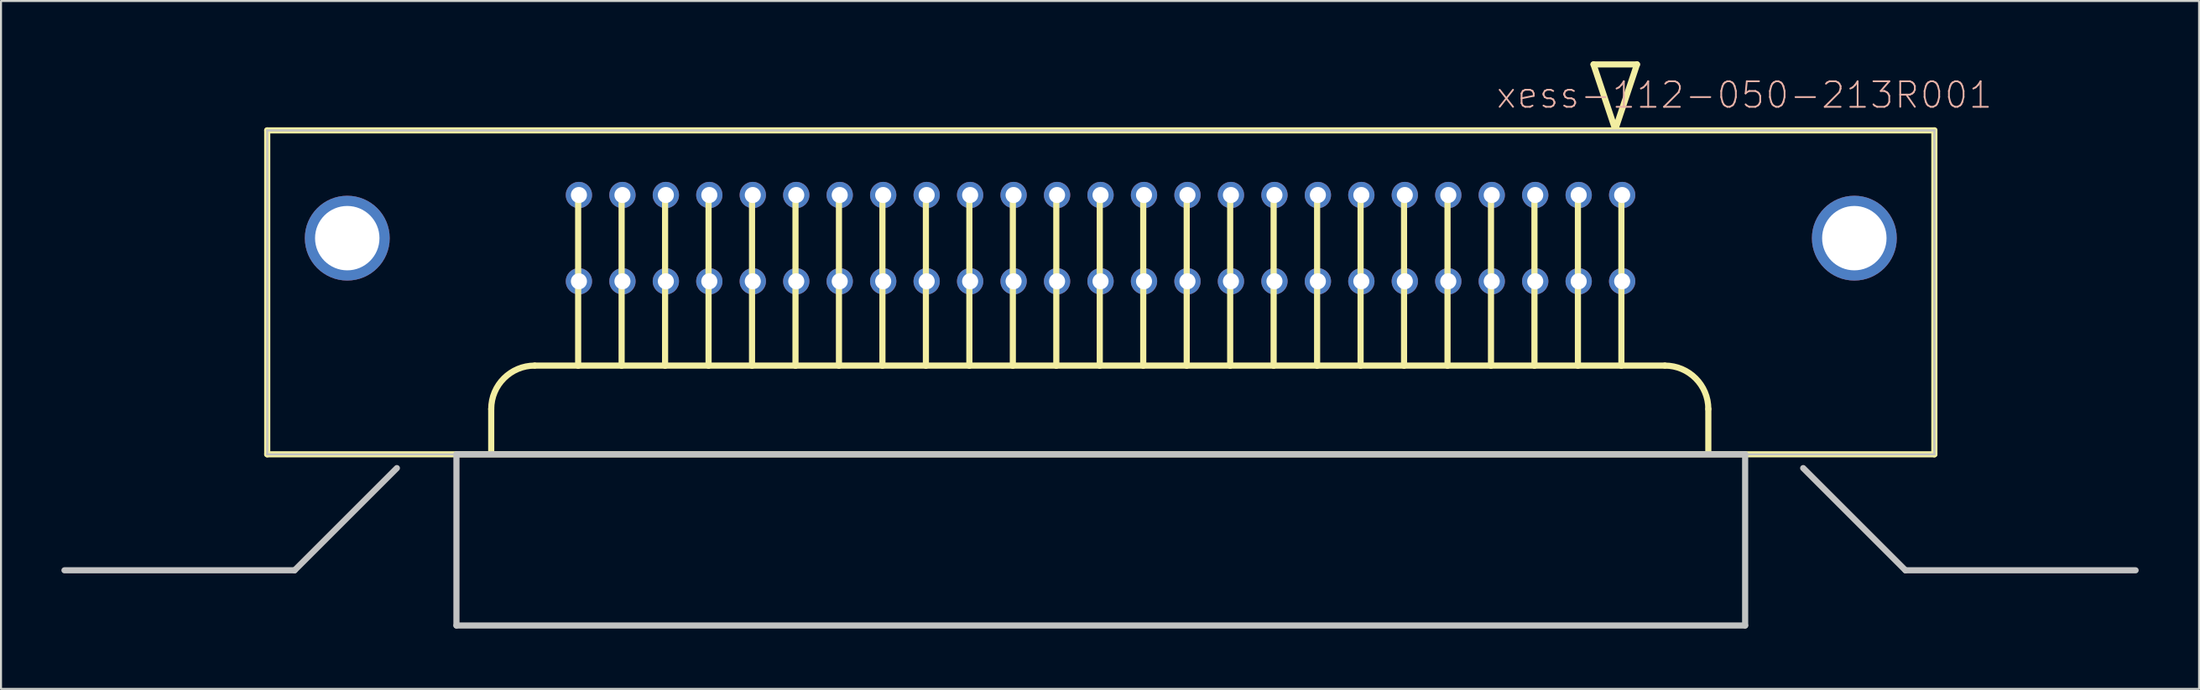
<source format=kicad_pcb>
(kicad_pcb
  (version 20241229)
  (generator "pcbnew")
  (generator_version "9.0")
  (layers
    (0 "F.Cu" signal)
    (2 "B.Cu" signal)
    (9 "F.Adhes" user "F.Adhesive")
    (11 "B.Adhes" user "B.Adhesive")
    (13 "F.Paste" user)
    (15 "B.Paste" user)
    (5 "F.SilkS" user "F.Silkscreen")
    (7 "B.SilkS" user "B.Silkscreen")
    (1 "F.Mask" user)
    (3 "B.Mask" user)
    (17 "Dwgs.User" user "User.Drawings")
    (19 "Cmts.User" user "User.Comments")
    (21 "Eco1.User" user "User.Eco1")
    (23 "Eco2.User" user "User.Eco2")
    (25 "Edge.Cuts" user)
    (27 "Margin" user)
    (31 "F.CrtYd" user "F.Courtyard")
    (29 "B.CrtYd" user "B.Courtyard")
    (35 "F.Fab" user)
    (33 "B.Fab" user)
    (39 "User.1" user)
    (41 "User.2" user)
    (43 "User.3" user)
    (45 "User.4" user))
  (footprint "xess-112-050-213R001"
    (layer "F.Cu")
    (at 89.052 8.788)
    (property "Reference" "xess-112-050-213R001" (at -5.461 -7.112 0) (layer "B.SilkS") (effects (font (size 1.27 1.27) (thickness 0.089))))
    (attr exclude_from_pos_files exclude_from_bom)
    (fp_line (start -78.829 -5.357) (end -78.829 10.744) (stroke (width 0.305) (type solid)) (layer "F.SilkS"))
    (fp_line (start -78.829 10.744) (end 3.975 10.744) (stroke (width 0.305) (type solid)) (layer "F.SilkS"))
    (fp_line (start -67.704 10.653) (end -67.704 8.494) (stroke (width 0.305) (type solid)) (layer "F.SilkS"))
    (fp_line (start -65.545 6.335) (end -63.386 6.335) (stroke (width 0.305) (type solid)) (layer "F.SilkS"))
    (fp_line (start -63.386 6.335) (end -63.386 -2.299) (stroke (width 0.305) (type solid)) (layer "F.SilkS"))
    (fp_line (start -63.386 6.335) (end -61.227 6.335) (stroke (width 0.305) (type solid)) (layer "F.SilkS"))
    (fp_line (start -61.227 6.335) (end -61.227 -2.299) (stroke (width 0.305) (type solid)) (layer "F.SilkS"))
    (fp_line (start -61.227 6.335) (end -59.068 6.335) (stroke (width 0.305) (type solid)) (layer "F.SilkS"))
    (fp_line (start -59.068 6.335) (end -59.068 -2.299) (stroke (width 0.305) (type solid)) (layer "F.SilkS"))
    (fp_line (start -59.068 6.335) (end -56.909 6.335) (stroke (width 0.305) (type solid)) (layer "F.SilkS"))
    (fp_line (start -56.909 6.335) (end -56.909 -2.299) (stroke (width 0.305) (type solid)) (layer "F.SilkS"))
    (fp_line (start -56.909 6.335) (end -54.75 6.335) (stroke (width 0.305) (type solid)) (layer "F.SilkS"))
    (fp_line (start -54.75 6.335) (end -54.75 -2.299) (stroke (width 0.305) (type solid)) (layer "F.SilkS"))
    (fp_line (start -54.75 6.335) (end -52.591 6.335) (stroke (width 0.305) (type solid)) (layer "F.SilkS"))
    (fp_line (start -52.591 6.335) (end -52.591 -2.299) (stroke (width 0.305) (type solid)) (layer "F.SilkS"))
    (fp_line (start -52.591 6.335) (end -50.432 6.335) (stroke (width 0.305) (type solid)) (layer "F.SilkS"))
    (fp_line (start -50.432 6.335) (end -50.432 -2.299) (stroke (width 0.305) (type solid)) (layer "F.SilkS"))
    (fp_line (start -50.432 6.335) (end -48.273 6.335) (stroke (width 0.305) (type solid)) (layer "F.SilkS"))
    (fp_line (start -48.273 6.335) (end -48.273 -2.299) (stroke (width 0.305) (type solid)) (layer "F.SilkS"))
    (fp_line (start -48.273 6.335) (end -46.114 6.335) (stroke (width 0.305) (type solid)) (layer "F.SilkS"))
    (fp_line (start -46.114 6.335) (end -46.114 -2.299) (stroke (width 0.305) (type solid)) (layer "F.SilkS"))
    (fp_line (start -46.114 6.335) (end -43.955 6.335) (stroke (width 0.305) (type solid)) (layer "F.SilkS"))
    (fp_line (start -43.955 6.335) (end -43.955 -2.299) (stroke (width 0.305) (type solid)) (layer "F.SilkS"))
    (fp_line (start -43.955 6.335) (end -41.796 6.335) (stroke (width 0.305) (type solid)) (layer "F.SilkS"))
    (fp_line (start -41.796 6.335) (end -41.796 -2.299) (stroke (width 0.305) (type solid)) (layer "F.SilkS"))
    (fp_line (start -41.796 6.335) (end -39.637 6.335) (stroke (width 0.305) (type solid)) (layer "F.SilkS"))
    (fp_line (start -39.637 6.335) (end -39.637 -2.299) (stroke (width 0.305) (type solid)) (layer "F.SilkS"))
    (fp_line (start -39.637 6.335) (end -37.478 6.335) (stroke (width 0.305) (type solid)) (layer "F.SilkS"))
    (fp_line (start -37.478 6.335) (end -37.478 -2.299) (stroke (width 0.305) (type solid)) (layer "F.SilkS"))
    (fp_line (start -37.478 6.335) (end -35.319 6.335) (stroke (width 0.305) (type solid)) (layer "F.SilkS"))
    (fp_line (start -35.319 6.335) (end -35.319 -2.299) (stroke (width 0.305) (type solid)) (layer "F.SilkS"))
    (fp_line (start -35.319 6.335) (end -33.16 6.335) (stroke (width 0.305) (type solid)) (layer "F.SilkS"))
    (fp_line (start -33.16 6.335) (end -33.16 -2.299) (stroke (width 0.305) (type solid)) (layer "F.SilkS"))
    (fp_line (start -33.16 6.335) (end -31.001 6.335) (stroke (width 0.305) (type solid)) (layer "F.SilkS"))
    (fp_line (start -31.001 6.335) (end -31.001 -2.299) (stroke (width 0.305) (type solid)) (layer "F.SilkS"))
    (fp_line (start -31.001 6.335) (end -28.842 6.335) (stroke (width 0.305) (type solid)) (layer "F.SilkS"))
    (fp_line (start -28.842 6.335) (end -28.842 -2.299) (stroke (width 0.305) (type solid)) (layer "F.SilkS"))
    (fp_line (start -28.842 6.335) (end -26.683 6.335) (stroke (width 0.305) (type solid)) (layer "F.SilkS"))
    (fp_line (start -26.683 6.335) (end -26.683 -2.299) (stroke (width 0.305) (type solid)) (layer "F.SilkS"))
    (fp_line (start -26.683 6.335) (end -24.524 6.335) (stroke (width 0.305) (type solid)) (layer "F.SilkS"))
    (fp_line (start -24.524 6.335) (end -24.524 -2.299) (stroke (width 0.305) (type solid)) (layer "F.SilkS"))
    (fp_line (start -24.524 6.335) (end -22.365 6.335) (stroke (width 0.305) (type solid)) (layer "F.SilkS"))
    (fp_line (start -22.365 6.335) (end -22.365 -2.299) (stroke (width 0.305) (type solid)) (layer "F.SilkS"))
    (fp_line (start -22.365 6.335) (end -20.206 6.335) (stroke (width 0.305) (type solid)) (layer "F.SilkS"))
    (fp_line (start -20.206 6.335) (end -20.206 -2.299) (stroke (width 0.305) (type solid)) (layer "F.SilkS"))
    (fp_line (start -20.206 6.335) (end -18.047 6.335) (stroke (width 0.305) (type solid)) (layer "F.SilkS"))
    (fp_line (start -18.047 6.335) (end -18.047 -2.299) (stroke (width 0.305) (type solid)) (layer "F.SilkS"))
    (fp_line (start -18.047 6.335) (end -15.888 6.335) (stroke (width 0.305) (type solid)) (layer "F.SilkS"))
    (fp_line (start -15.888 6.335) (end -15.888 -2.299) (stroke (width 0.305) (type solid)) (layer "F.SilkS"))
    (fp_line (start -15.888 6.335) (end -13.729 6.335) (stroke (width 0.305) (type solid)) (layer "F.SilkS"))
    (fp_line (start -13.729 6.335) (end -13.729 -2.299) (stroke (width 0.305) (type solid)) (layer "F.SilkS"))
    (fp_line (start -13.729 6.335) (end -11.57 6.335) (stroke (width 0.305) (type solid)) (layer "F.SilkS"))
    (fp_line (start -12.954 -8.636) (end -11.874 -5.397) (stroke (width 0.305) (type solid)) (layer "F.SilkS"))
    (fp_line (start -11.874 -5.397) (end -10.795 -8.636) (stroke (width 0.305) (type solid)) (layer "F.SilkS"))
    (fp_line (start -11.57 6.335) (end -11.57 -2.299) (stroke (width 0.305) (type solid)) (layer "F.SilkS"))
    (fp_line (start -11.57 6.335) (end -9.411 6.335) (stroke (width 0.305) (type solid)) (layer "F.SilkS"))
    (fp_line (start -10.795 -8.636) (end -12.954 -8.636) (stroke (width 0.305) (type solid)) (layer "F.SilkS"))
    (fp_line (start -7.252 8.494) (end -7.252 10.653) (stroke (width 0.305) (type solid)) (layer "F.SilkS"))
    (fp_line (start 3.975 -5.357) (end -78.829 -5.357) (stroke (width 0.305) (type solid)) (layer "F.SilkS"))
    (fp_line (start 3.975 10.744) (end 3.975 -5.357) (stroke (width 0.305) (type solid)) (layer "F.SilkS"))
    (fp_arc (start -67.7037 8.49376) (mid -67.071344 6.967116) (end -65.5447 6.33476) (stroke (width 0.3048) (type solid)) (layer "F.SilkS"))
    (fp_arc (start -9.4107 6.33476) (mid -7.884056 6.967116) (end -7.2517 8.49376) (stroke (width 0.3048) (type solid)) (layer "F.SilkS"))
    (fp_line (start -78.829 -5.357) (end -78.829 10.744) (stroke (width 0.1) (type solid)) (layer "Dwgs.User"))
    (fp_line (start -78.829 10.744) (end 3.975 10.744) (stroke (width 0.1) (type solid)) (layer "Dwgs.User"))
    (fp_line (start -77.47 16.51) (end -88.9 16.51) (stroke (width 0.305) (type solid)) (layer "Dwgs.User"))
    (fp_line (start -72.39 11.43) (end -77.47 16.51) (stroke (width 0.305) (type solid)) (layer "Dwgs.User"))
    (fp_line (start -69.431 10.744) (end -69.431 19.253) (stroke (width 0.305) (type solid)) (layer "Dwgs.User"))
    (fp_line (start -69.431 19.253) (end -5.423 19.253) (stroke (width 0.305) (type solid)) (layer "Dwgs.User"))
    (fp_line (start -5.423 10.744) (end -69.431 10.744) (stroke (width 0.305) (type solid)) (layer "Dwgs.User"))
    (fp_line (start -5.423 19.253) (end -5.423 10.744) (stroke (width 0.305) (type solid)) (layer "Dwgs.User"))
    (fp_line (start -2.54 11.43) (end 2.54 16.51) (stroke (width 0.305) (type solid)) (layer "Dwgs.User"))
    (fp_line (start 2.54 16.51) (end 13.97 16.51) (stroke (width 0.305) (type solid)) (layer "Dwgs.User"))
    (fp_line (start 3.975 -5.357) (end -78.829 -5.357) (stroke (width 0.1) (type solid)) (layer "Dwgs.User"))
    (fp_line (start 3.975 10.744) (end 3.975 -5.357) (stroke (width 0.1) (type solid)) (layer "Dwgs.User"))
    (pad "1" thru_hole circle (at -11.532 -2.144) (size 1.306 1.306) (drill 0.798) (layers "*.Cu" "*.Mask"))
    (pad "2" thru_hole circle (at -13.691 -2.144) (size 1.306 1.306) (drill 0.798) (layers "*.Cu" "*.Mask"))
    (pad "3" thru_hole circle (at -15.85 -2.144) (size 1.306 1.306) (drill 0.798) (layers "*.Cu" "*.Mask"))
    (pad "4" thru_hole circle (at -18.009 -2.144) (size 1.306 1.306) (drill 0.798) (layers "*.Cu" "*.Mask"))
    (pad "5" thru_hole circle (at -20.168 -2.144) (size 1.306 1.306) (drill 0.798) (layers "*.Cu" "*.Mask"))
    (pad "6" thru_hole circle (at -22.327 -2.144) (size 1.306 1.306) (drill 0.798) (layers "*.Cu" "*.Mask"))
    (pad "7" thru_hole circle (at -24.486 -2.144) (size 1.306 1.306) (drill 0.798) (layers "*.Cu" "*.Mask"))
    (pad "8" thru_hole circle (at -26.645 -2.144) (size 1.306 1.306) (drill 0.798) (layers "*.Cu" "*.Mask"))
    (pad "9" thru_hole circle (at -28.801 -2.144) (size 1.306 1.306) (drill 0.798) (layers "*.Cu" "*.Mask"))
    (pad "10" thru_hole circle (at -30.963 -2.144) (size 1.306 1.306) (drill 0.798) (layers "*.Cu" "*.Mask"))
    (pad "11" thru_hole circle (at -33.122 -2.144) (size 1.306 1.306) (drill 0.798) (layers "*.Cu" "*.Mask"))
    (pad "12" thru_hole circle (at -35.281 -2.144) (size 1.306 1.306) (drill 0.798) (layers "*.Cu" "*.Mask"))
    (pad "13" thru_hole circle (at -37.44 -2.144) (size 1.306 1.306) (drill 0.798) (layers "*.Cu" "*.Mask"))
    (pad "14" thru_hole circle (at -39.599 -2.144) (size 1.306 1.306) (drill 0.798) (layers "*.Cu" "*.Mask"))
    (pad "15" thru_hole circle (at -41.758 -2.144) (size 1.306 1.306) (drill 0.798) (layers "*.Cu" "*.Mask"))
    (pad "16" thru_hole circle (at -43.917 -2.144) (size 1.306 1.306) (drill 0.798) (layers "*.Cu" "*.Mask"))
    (pad "17" thru_hole circle (at -46.076 -2.144) (size 1.306 1.306) (drill 0.798) (layers "*.Cu" "*.Mask"))
    (pad "18" thru_hole circle (at -48.235 -2.144) (size 1.306 1.306) (drill 0.798) (layers "*.Cu" "*.Mask"))
    (pad "19" thru_hole circle (at -50.394 -2.144) (size 1.306 1.306) (drill 0.798) (layers "*.Cu" "*.Mask"))
    (pad "20" thru_hole circle (at -52.553 -2.144) (size 1.306 1.306) (drill 0.798) (layers "*.Cu" "*.Mask"))
    (pad "21" thru_hole circle (at -54.712 -2.144) (size 1.306 1.306) (drill 0.798) (layers "*.Cu" "*.Mask"))
    (pad "22" thru_hole circle (at -56.871 -2.144) (size 1.306 1.306) (drill 0.798) (layers "*.Cu" "*.Mask"))
    (pad "23" thru_hole circle (at -59.03 -2.144) (size 1.306 1.306) (drill 0.798) (layers "*.Cu" "*.Mask"))
    (pad "24" thru_hole circle (at -61.186 -2.144) (size 1.306 1.306) (drill 0.798) (layers "*.Cu" "*.Mask"))
    (pad "25" thru_hole circle (at -63.348 -2.144) (size 1.306 1.306) (drill 0.798) (layers "*.Cu" "*.Mask"))
    (pad "26" thru_hole circle (at -11.532 2.144) (size 1.306 1.306) (drill 0.798) (layers "*.Cu" "*.Mask"))
    (pad "27" thru_hole circle (at -13.691 2.144) (size 1.306 1.306) (drill 0.798) (layers "*.Cu" "*.Mask"))
    (pad "28" thru_hole circle (at -15.85 2.144) (size 1.306 1.306) (drill 0.798) (layers "*.Cu" "*.Mask"))
    (pad "29" thru_hole circle (at -18.009 2.144) (size 1.306 1.306) (drill 0.798) (layers "*.Cu" "*.Mask"))
    (pad "30" thru_hole circle (at -20.168 2.144) (size 1.306 1.306) (drill 0.798) (layers "*.Cu" "*.Mask"))
    (pad "31" thru_hole circle (at -22.327 2.144) (size 1.306 1.306) (drill 0.798) (layers "*.Cu" "*.Mask"))
    (pad "32" thru_hole circle (at -24.486 2.144) (size 1.306 1.306) (drill 0.798) (layers "*.Cu" "*.Mask"))
    (pad "33" thru_hole circle (at -26.645 2.144) (size 1.306 1.306) (drill 0.798) (layers "*.Cu" "*.Mask"))
    (pad "34" thru_hole circle (at -28.801 2.144) (size 1.306 1.306) (drill 0.798) (layers "*.Cu" "*.Mask"))
    (pad "35" thru_hole circle (at -30.963 2.144) (size 1.306 1.306) (drill 0.798) (layers "*.Cu" "*.Mask"))
    (pad "36" thru_hole circle (at -33.122 2.144) (size 1.306 1.306) (drill 0.798) (layers "*.Cu" "*.Mask"))
    (pad "37" thru_hole circle (at -35.281 2.144) (size 1.306 1.306) (drill 0.798) (layers "*.Cu" "*.Mask"))
    (pad "38" thru_hole circle (at -37.44 2.144) (size 1.306 1.306) (drill 0.798) (layers "*.Cu" "*.Mask"))
    (pad "39" thru_hole circle (at -39.599 2.144) (size 1.306 1.306) (drill 0.798) (layers "*.Cu" "*.Mask"))
    (pad "40" thru_hole circle (at -41.758 2.144) (size 1.306 1.306) (drill 0.798) (layers "*.Cu" "*.Mask"))
    (pad "41" thru_hole circle (at -43.917 2.144) (size 1.306 1.306) (drill 0.798) (layers "*.Cu" "*.Mask"))
    (pad "42" thru_hole circle (at -46.076 2.144) (size 1.306 1.306) (drill 0.798) (layers "*.Cu" "*.Mask"))
    (pad "43" thru_hole circle (at -48.235 2.144) (size 1.306 1.306) (drill 0.798) (layers "*.Cu" "*.Mask"))
    (pad "44" thru_hole circle (at -50.394 2.144) (size 1.306 1.306) (drill 0.798) (layers "*.Cu" "*.Mask"))
    (pad "45" thru_hole circle (at -52.553 2.144) (size 1.306 1.306) (drill 0.798) (layers "*.Cu" "*.Mask"))
    (pad "46" thru_hole circle (at -54.712 2.144) (size 1.306 1.306) (drill 0.798) (layers "*.Cu" "*.Mask"))
    (pad "47" thru_hole circle (at -56.871 2.144) (size 1.306 1.306) (drill 0.798) (layers "*.Cu" "*.Mask"))
    (pad "48" thru_hole circle (at -59.03 2.144) (size 1.306 1.306) (drill 0.798) (layers "*.Cu" "*.Mask"))
    (pad "49" thru_hole circle (at -61.186 2.144) (size 1.306 1.306) (drill 0.798) (layers "*.Cu" "*.Mask"))
    (pad "50" thru_hole circle (at -63.348 2.144) (size 1.306 1.306) (drill 0.798) (layers "*.Cu" "*.Mask"))
    (pad "G1" thru_hole circle (at 0 0) (size 4.216 4.216) (drill 3.2) (layers "*.Cu" "*.Mask"))
    (pad "G2" thru_hole circle (at -74.854 0) (size 4.216 4.216) (drill 3.2) (layers "*.Cu" "*.Mask")))
  (gr_rect
    (start -3 -3)
    (end 106.175 31.194)
    (stroke (width 0.1) (type default))
    (fill no)
    (layer "Edge.Cuts")))
</source>
